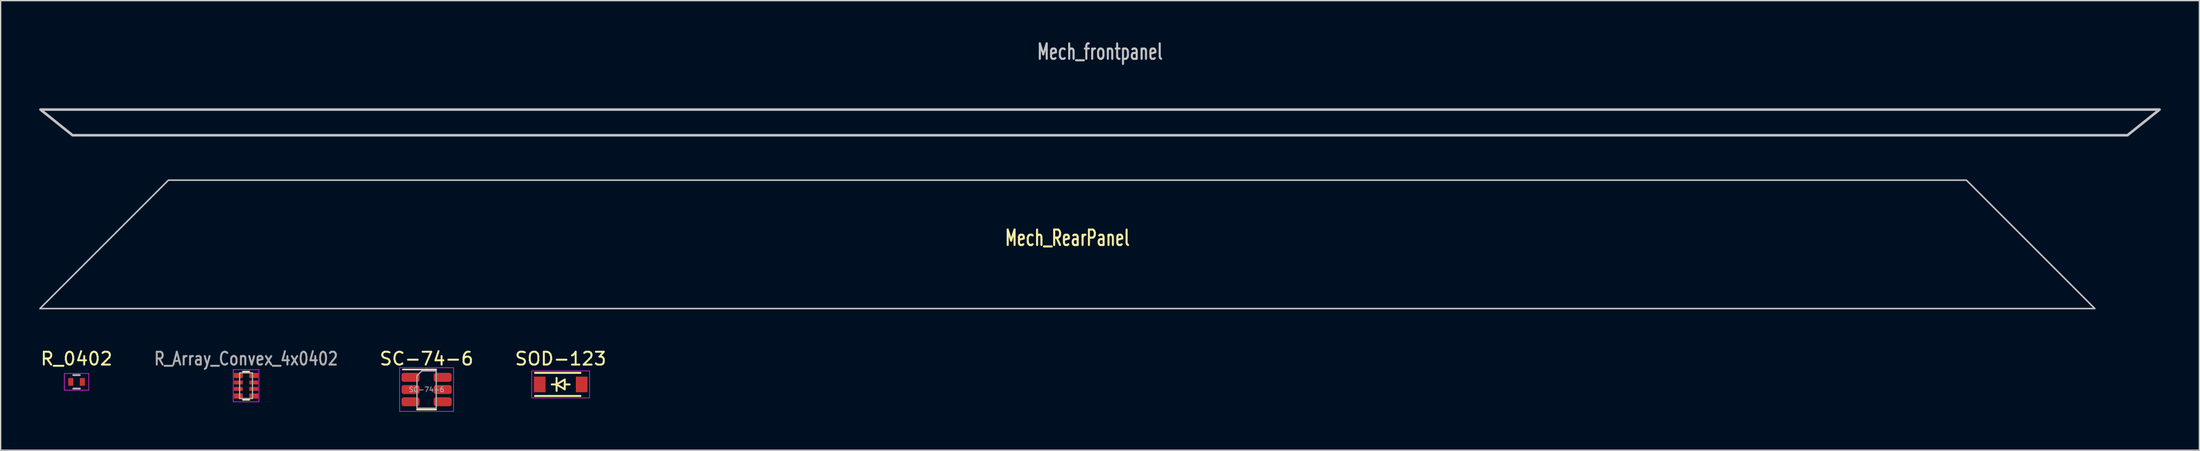
<source format=kicad_pcb>
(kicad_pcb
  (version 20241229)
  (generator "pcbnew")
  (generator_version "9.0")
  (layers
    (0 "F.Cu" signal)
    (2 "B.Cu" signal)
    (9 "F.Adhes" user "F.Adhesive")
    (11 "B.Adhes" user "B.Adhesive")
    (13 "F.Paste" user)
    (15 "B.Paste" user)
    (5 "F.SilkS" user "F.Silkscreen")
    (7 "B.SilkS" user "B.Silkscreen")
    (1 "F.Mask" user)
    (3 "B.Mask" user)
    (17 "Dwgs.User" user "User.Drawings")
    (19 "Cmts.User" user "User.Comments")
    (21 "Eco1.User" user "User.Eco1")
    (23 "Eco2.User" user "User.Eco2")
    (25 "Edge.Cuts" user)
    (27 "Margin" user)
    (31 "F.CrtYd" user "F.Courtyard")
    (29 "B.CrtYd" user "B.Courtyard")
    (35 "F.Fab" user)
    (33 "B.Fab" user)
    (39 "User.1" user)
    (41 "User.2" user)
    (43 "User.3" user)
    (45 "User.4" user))
  (footprint "R_0402"
    (layer "F.Cu")
    (at 2.911 26.691)
    (property "Reference" "R_0402" (at 0 -1.8 0) (layer "F.SilkS") (effects (font (size 1 1) (thickness 0.15))))
    (attr smd)
    (fp_line (start -0.95 -0.65) (end -0.95 0.65) (stroke (width 0.05) (type solid)) (layer "F.CrtYd"))
    (fp_line (start -0.95 -0.65) (end 0.95 -0.65) (stroke (width 0.05) (type solid)) (layer "F.CrtYd"))
    (fp_line (start -0.95 0.65) (end 0.95 0.65) (stroke (width 0.05) (type solid)) (layer "F.CrtYd"))
    (fp_line (start 0.95 -0.65) (end 0.95 0.65) (stroke (width 0.05) (type solid)) (layer "F.CrtYd"))
    (fp_line (start -0.25 0.525) (end 0.25 0.525) (stroke (width 0.15) (type solid)) (layer "F.Fab"))
    (fp_line (start 0.25 -0.525) (end -0.25 -0.525) (stroke (width 0.15) (type solid)) (layer "F.Fab"))
    (pad "1" smd rect (at -0.45 0) (size 0.4 0.6) (layers "F.Cu" "F.Mask" "F.Paste"))
    (pad "2" smd rect (at 0.45 0) (size 0.4 0.6) (layers "F.Cu" "F.Mask" "F.Paste")))
  (footprint "Mech_RearPanel"
    (layer "F.Cu")
    (at 80.06 10.983)
    (property "Reference" "Mech_RearPanel" (at 0 4.5 0) (unlocked yes) (layer "F.SilkS") (effects (font (size 1.2 0.8) (thickness 0.16))))
    (attr exclude_from_pos_files exclude_from_bom)
    (fp_poly (pts (xy 80 10) (xy -80 10) (xy -70 0) (xy 70 0)) (stroke (width 0.12) (type solid)) (fill no) (layer "Dwgs.User")))
  (footprint "Mech_frontpanel"
    (layer "F.Cu")
    (at 82.6 7.483)
    (property "Reference" "Mech_frontpanel" (at 0 -6.5 0) (unlocked yes) (layer "Dwgs.User") (effects (font (size 1.2 0.8) (thickness 0.16))))
    (attr exclude_from_pos_files exclude_from_bom)
    (fp_poly (pts (xy 80 0) (xy -80 0) (xy -82.5 -2) (xy 82.5 -2)) (stroke (width 0.2) (type solid)) (fill no) (layer "Dwgs.User")))
  (footprint "R_Array_Convex_4x0402"
    (layer "F.Cu")
    (at 16.109 26.991)
    (property "Reference" "R_Array_Convex_4x0402" (at 0 -2.1 0) (layer "F.Fab") (effects (font (size 1 0.8) (thickness 0.15))))
    (attr smd)
    (fp_line (start 0.25 -1.1) (end -0.25 -1.1) (stroke (width 0.12) (type solid)) (layer "F.SilkS"))
    (fp_line (start 0.25 1.1) (end -0.25 1.1) (stroke (width 0.12) (type solid)) (layer "F.SilkS"))
    (fp_line (start -1 -1.25) (end -1 1.25) (stroke (width 0.05) (type solid)) (layer "F.CrtYd"))
    (fp_line (start -1 -1.25) (end 1 -1.25) (stroke (width 0.05) (type solid)) (layer "F.CrtYd"))
    (fp_line (start 1 1.25) (end -1 1.25) (stroke (width 0.05) (type solid)) (layer "F.CrtYd"))
    (fp_line (start 1 1.25) (end 1 -1.25) (stroke (width 0.05) (type solid)) (layer "F.CrtYd"))
    (fp_line (start -0.5 -1) (end 0.5 -1) (stroke (width 0.1) (type solid)) (layer "F.Fab"))
    (fp_line (start -0.5 1) (end -0.5 -1) (stroke (width 0.1) (type solid)) (layer "F.Fab"))
    (fp_line (start 0.5 -1) (end 0.5 1) (stroke (width 0.1) (type solid)) (layer "F.Fab"))
    (fp_line (start 0.5 1) (end -0.5 1) (stroke (width 0.1) (type solid)) (layer "F.Fab"))
    (pad "1" smd rect (at -0.6 -0.8) (size 0.7 0.4) (layers "F.Cu" "F.Mask" "F.Paste"))
    (pad "2" smd rect (at -0.6 -0.25) (size 0.7 0.3) (layers "F.Cu" "F.Mask" "F.Paste"))
    (pad "3" smd rect (at -0.6 0.25) (size 0.7 0.3) (layers "F.Cu" "F.Mask" "F.Paste"))
    (pad "4" smd rect (at -0.6 0.8) (size 0.7 0.4) (layers "F.Cu" "F.Mask" "F.Paste"))
    (pad "5" smd rect (at 0.6 0.8) (size 0.7 0.4) (layers "F.Cu" "F.Mask" "F.Paste"))
    (pad "6" smd rect (at 0.6 0.25) (size 0.7 0.3) (layers "F.Cu" "F.Mask" "F.Paste"))
    (pad "7" smd rect (at 0.6 -0.25) (size 0.7 0.3) (layers "F.Cu" "F.Mask" "F.Paste"))
    (pad "8" smd rect (at 0.6 -0.8) (size 0.7 0.4) (layers "F.Cu" "F.Mask" "F.Paste")))
  (footprint "SOD-123"
    (layer "F.Cu")
    (at 40.605 26.891)
    (property "Reference" "SOD-123" (at 0 -2 0) (layer "F.SilkS") (effects (font (size 1 1) (thickness 0.15))))
    (attr smd)
    (fp_line (start -2 -0.9) (end 1.54 -0.9) (stroke (width 0.15) (type solid)) (layer "F.SilkS"))
    (fp_line (start -2 0.9) (end 1.54 0.9) (stroke (width 0.15) (type solid)) (layer "F.SilkS"))
    (fp_line (start -0.699 0) (end -0.318 0) (stroke (width 0.15) (type solid)) (layer "F.SilkS"))
    (fp_line (start -0.318 -0.508) (end -0.318 0.508) (stroke (width 0.15) (type solid)) (layer "F.SilkS"))
    (fp_line (start -0.318 0) (end 0.318 -0.381) (stroke (width 0.15) (type solid)) (layer "F.SilkS"))
    (fp_line (start 0.318 -0.381) (end 0.318 0.381) (stroke (width 0.15) (type solid)) (layer "F.SilkS"))
    (fp_line (start 0.318 0) (end 0.699 0) (stroke (width 0.15) (type solid)) (layer "F.SilkS"))
    (fp_line (start 0.318 0.381) (end -0.318 0) (stroke (width 0.15) (type solid)) (layer "F.SilkS"))
    (fp_line (start -2.25 -1.05) (end -2.25 1.05) (stroke (width 0.05) (type solid)) (layer "F.CrtYd"))
    (fp_line (start -2.25 -1.05) (end 2.25 -1.05) (stroke (width 0.05) (type solid)) (layer "F.CrtYd"))
    (fp_line (start 2.25 -1.05) (end 2.25 1.05) (stroke (width 0.05) (type solid)) (layer "F.CrtYd"))
    (fp_line (start 2.25 1.05) (end -2.25 1.05) (stroke (width 0.05) (type solid)) (layer "F.CrtYd"))
    (pad "1" smd rect (at -1.635 0) (size 0.91 1.22) (layers "F.Cu" "F.Mask" "F.Paste"))
    (pad "2" smd rect (at 1.635 0) (size 0.91 1.22) (layers "F.Cu" "F.Mask" "F.Paste")))
  (footprint "SC-74-6"
    (layer "F.Cu")
    (at 30.165 27.291)
    (property "Reference" "SC-74-6" (at 0 -2.4 0) (layer "F.SilkS") (effects (font (size 1 1) (thickness 0.15))))
    (attr smd)
    (fp_line (start 0 -1.56) (end -1.85 -1.56) (stroke (width 0.12) (type solid)) (layer "F.SilkS"))
    (fp_line (start 0 -1.56) (end 0.75 -1.56) (stroke (width 0.12) (type solid)) (layer "F.SilkS"))
    (fp_line (start 0 1.56) (end -0.75 1.56) (stroke (width 0.12) (type solid)) (layer "F.SilkS"))
    (fp_line (start 0 1.56) (end 0.75 1.56) (stroke (width 0.12) (type solid)) (layer "F.SilkS"))
    (fp_line (start -2.1 -1.7) (end -2.1 1.7) (stroke (width 0.05) (type solid)) (layer "F.CrtYd"))
    (fp_line (start -2.1 1.7) (end 2.1 1.7) (stroke (width 0.05) (type solid)) (layer "F.CrtYd"))
    (fp_line (start 2.1 -1.7) (end -2.1 -1.7) (stroke (width 0.05) (type solid)) (layer "F.CrtYd"))
    (fp_line (start 2.1 1.7) (end 2.1 -1.7) (stroke (width 0.05) (type solid)) (layer "F.CrtYd"))
    (fp_line (start -0.75 -1.075) (end -0.375 -1.45) (stroke (width 0.1) (type solid)) (layer "F.Fab"))
    (fp_line (start -0.75 1.45) (end -0.75 -1.075) (stroke (width 0.1) (type solid)) (layer "F.Fab"))
    (fp_line (start -0.375 -1.45) (end 0.75 -1.45) (stroke (width 0.1) (type solid)) (layer "F.Fab"))
    (fp_line (start 0.75 -1.45) (end 0.75 1.45) (stroke (width 0.1) (type solid)) (layer "F.Fab"))
    (fp_line (start 0.75 1.45) (end -0.75 1.45) (stroke (width 0.1) (type solid)) (layer "F.Fab"))
    (fp_text user "${REFERENCE}" (at 0 0 0) (layer "F.Fab") (effects (font (size 0.38 0.38) (thickness 0.06))))
    (pad "1" smd roundrect (at -1.25 -0.95) (size 1.4 0.7) (layers "F.Cu" "F.Mask" "F.Paste") (roundrect_rratio 0.25))
    (pad "2" smd roundrect (at -1.25 0) (size 1.4 0.7) (layers "F.Cu" "F.Mask" "F.Paste") (roundrect_rratio 0.25))
    (pad "3" smd roundrect (at -1.25 0.95) (size 1.4 0.7) (layers "F.Cu" "F.Mask" "F.Paste") (roundrect_rratio 0.25))
    (pad "4" smd roundrect (at 1.25 0.95) (size 1.4 0.7) (layers "F.Cu" "F.Mask" "F.Paste") (roundrect_rratio 0.25))
    (pad "5" smd roundrect (at 1.25 0) (size 1.4 0.7) (layers "F.Cu" "F.Mask" "F.Paste") (roundrect_rratio 0.25))
    (pad "6" smd roundrect (at 1.25 -0.95) (size 1.4 0.7) (layers "F.Cu" "F.Mask" "F.Paste") (roundrect_rratio 0.25)))
  (gr_rect
    (start -3 -3)
    (end 168.2 32.016)
    (stroke (width 0.1) (type default))
    (fill no)
    (layer "Edge.Cuts")))
</source>
